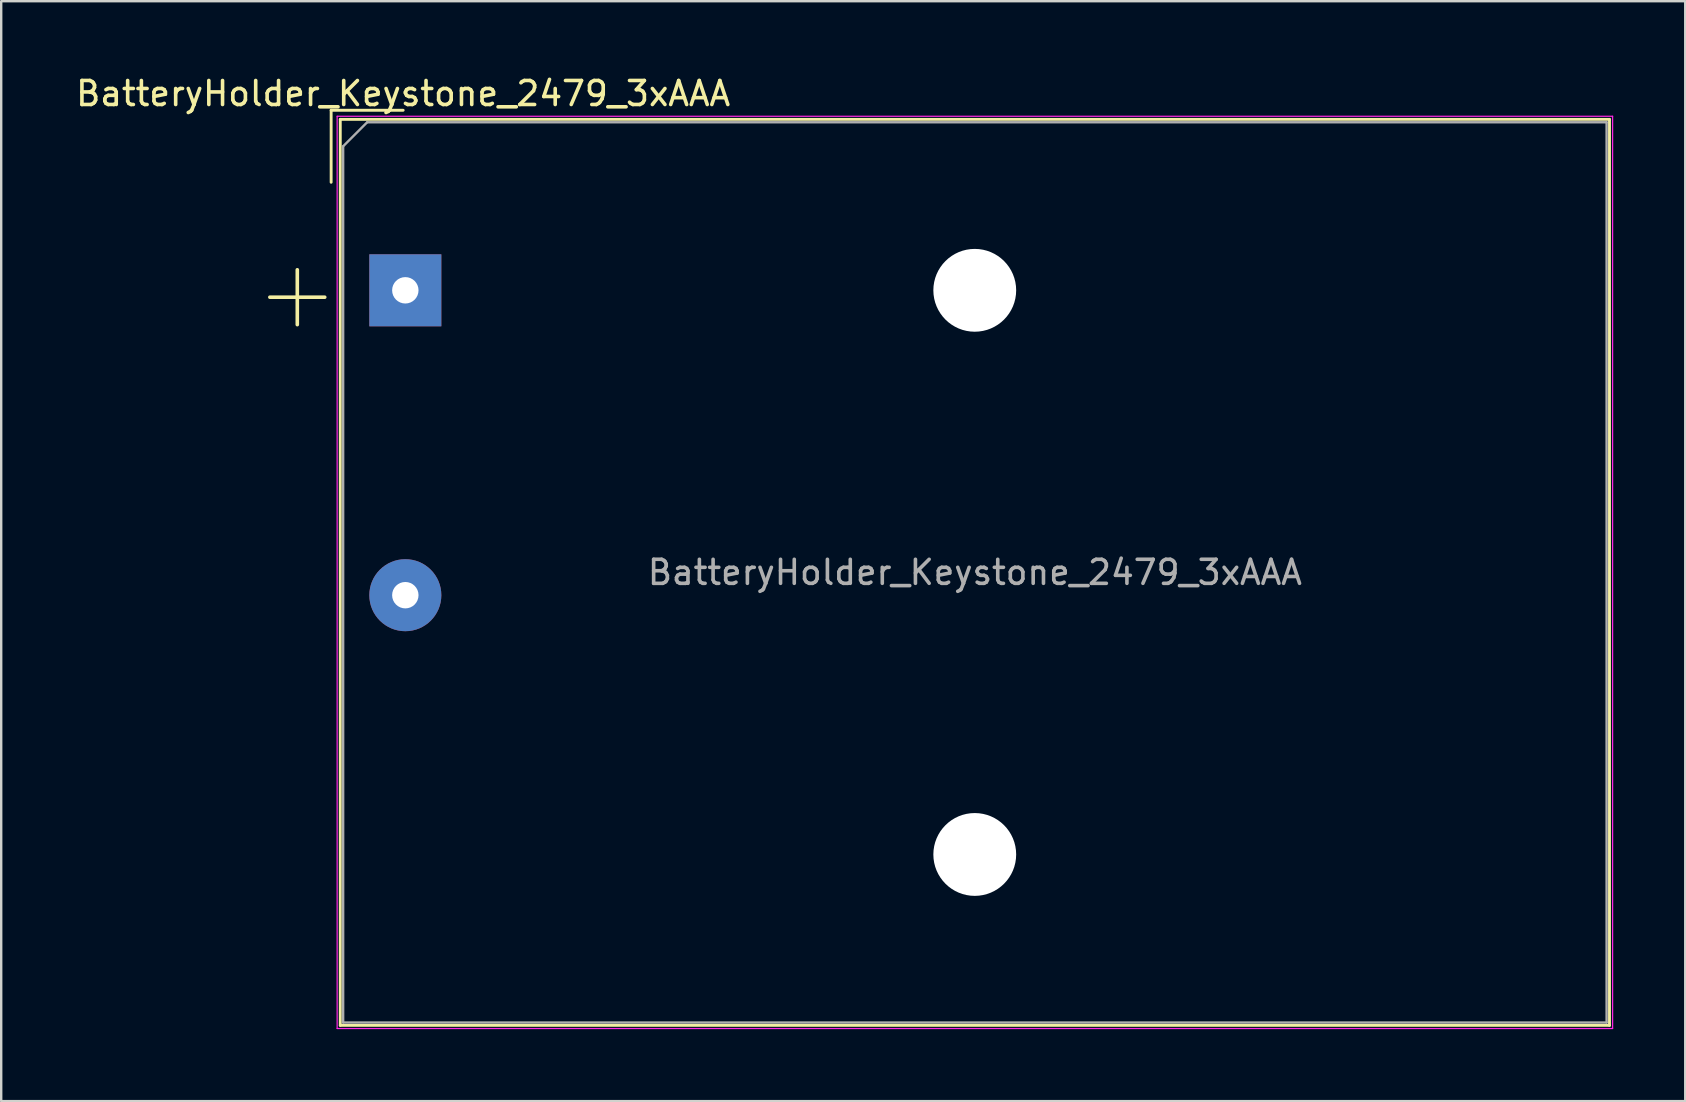
<source format=kicad_pcb>
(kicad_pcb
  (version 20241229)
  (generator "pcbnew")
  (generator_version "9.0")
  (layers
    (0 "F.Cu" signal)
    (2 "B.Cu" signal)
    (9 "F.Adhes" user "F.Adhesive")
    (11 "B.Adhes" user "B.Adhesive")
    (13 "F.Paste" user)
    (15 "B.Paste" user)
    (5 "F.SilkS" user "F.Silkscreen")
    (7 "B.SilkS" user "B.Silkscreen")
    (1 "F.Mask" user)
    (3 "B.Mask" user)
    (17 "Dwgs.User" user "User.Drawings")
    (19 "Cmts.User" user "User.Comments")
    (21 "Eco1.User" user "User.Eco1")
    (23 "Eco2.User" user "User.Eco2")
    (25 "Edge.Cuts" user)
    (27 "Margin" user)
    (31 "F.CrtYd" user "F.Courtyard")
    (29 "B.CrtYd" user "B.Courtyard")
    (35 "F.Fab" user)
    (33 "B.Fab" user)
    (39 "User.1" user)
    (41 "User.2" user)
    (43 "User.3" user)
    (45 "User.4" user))
  (footprint "BatteryHolder_Keystone_2479_3xAAA"
    (layer "F.Cu")
    (at 13.834 9.043)
    (property "Reference" "BatteryHolder_Keystone_2479_3xAAA" (at -0.09 -8.195 0) (layer "F.SilkS") (effects (font (size 1 1) (thickness 0.15))))
    (attr through_hole)
    (fp_line (start -3.09 -7.5) (end -0.09 -7.5) (stroke (width 0.12) (type solid)) (layer "F.SilkS"))
    (fp_line (start -3.09 -4.5) (end -3.09 -7.5) (stroke (width 0.12) (type solid)) (layer "F.SilkS"))
    (fp_line (start -2.71 -7.12) (end -2.71 30.62) (stroke (width 0.12) (type solid)) (layer "F.SilkS"))
    (fp_line (start -2.71 -7.12) (end 50.16 -7.12) (stroke (width 0.12) (type solid)) (layer "F.SilkS"))
    (fp_line (start -2.71 30.62) (end 50.16 30.62) (stroke (width 0.12) (type solid)) (layer "F.SilkS"))
    (fp_line (start 50.16 -7.12) (end 50.16 30.62) (stroke (width 0.12) (type solid)) (layer "F.SilkS"))
    (fp_line (start -2.84 -7.25) (end -2.84 30.75) (stroke (width 0.05) (type solid)) (layer "F.CrtYd"))
    (fp_line (start -2.84 -7.25) (end 50.29 -7.25) (stroke (width 0.05) (type solid)) (layer "F.CrtYd"))
    (fp_line (start -2.84 30.75) (end 50.29 30.75) (stroke (width 0.05) (type solid)) (layer "F.CrtYd"))
    (fp_line (start 50.29 -7.25) (end 50.29 30.75) (stroke (width 0.05) (type solid)) (layer "F.CrtYd"))
    (fp_line (start -2.59 -6) (end -1.59 -7) (stroke (width 0.1) (type solid)) (layer "F.Fab"))
    (fp_line (start -2.59 30.5) (end -2.59 -6) (stroke (width 0.1) (type solid)) (layer "F.Fab"))
    (fp_line (start -1.59 -7) (end 50.04 -7) (stroke (width 0.1) (type solid)) (layer "F.Fab"))
    (fp_line (start 50.04 -7) (end 50.04 30.5) (stroke (width 0.1) (type solid)) (layer "F.Fab"))
    (fp_line (start 50.04 30.5) (end -2.59 30.5) (stroke (width 0.1) (type solid)) (layer "F.Fab"))
    (fp_text user "+" (at -4.5 0.05 0) (layer "F.SilkS") (effects (font (size 3 3) (thickness 0.15))))
    (fp_text user "${REFERENCE}" (at 23.725 11.75 0) (layer "F.Fab") (effects (font (size 1 1) (thickness 0.15))))
    (pad "" np_thru_hole circle (at 23.72 0) (size 3.45 3.45) (drill 3.45) (layers "*.Cu" "*.Mask"))
    (pad "" np_thru_hole circle (at 23.72 23.5) (size 3.45 3.45) (drill 3.45) (layers "*.Cu" "*.Mask"))
    (pad "+" thru_hole rect (at 0 0) (size 3 3) (drill 1.1) (layers "*.Cu" "*.Mask"))
    (pad "-" thru_hole circle (at 0 12.7) (size 3 3) (drill 1.1) (layers "*.Cu" "*.Mask")))
  (gr_rect
    (start -3 -3)
    (end 67.149 42.818)
    (stroke (width 0.1) (type default))
    (fill no)
    (layer "Edge.Cuts")))
</source>
